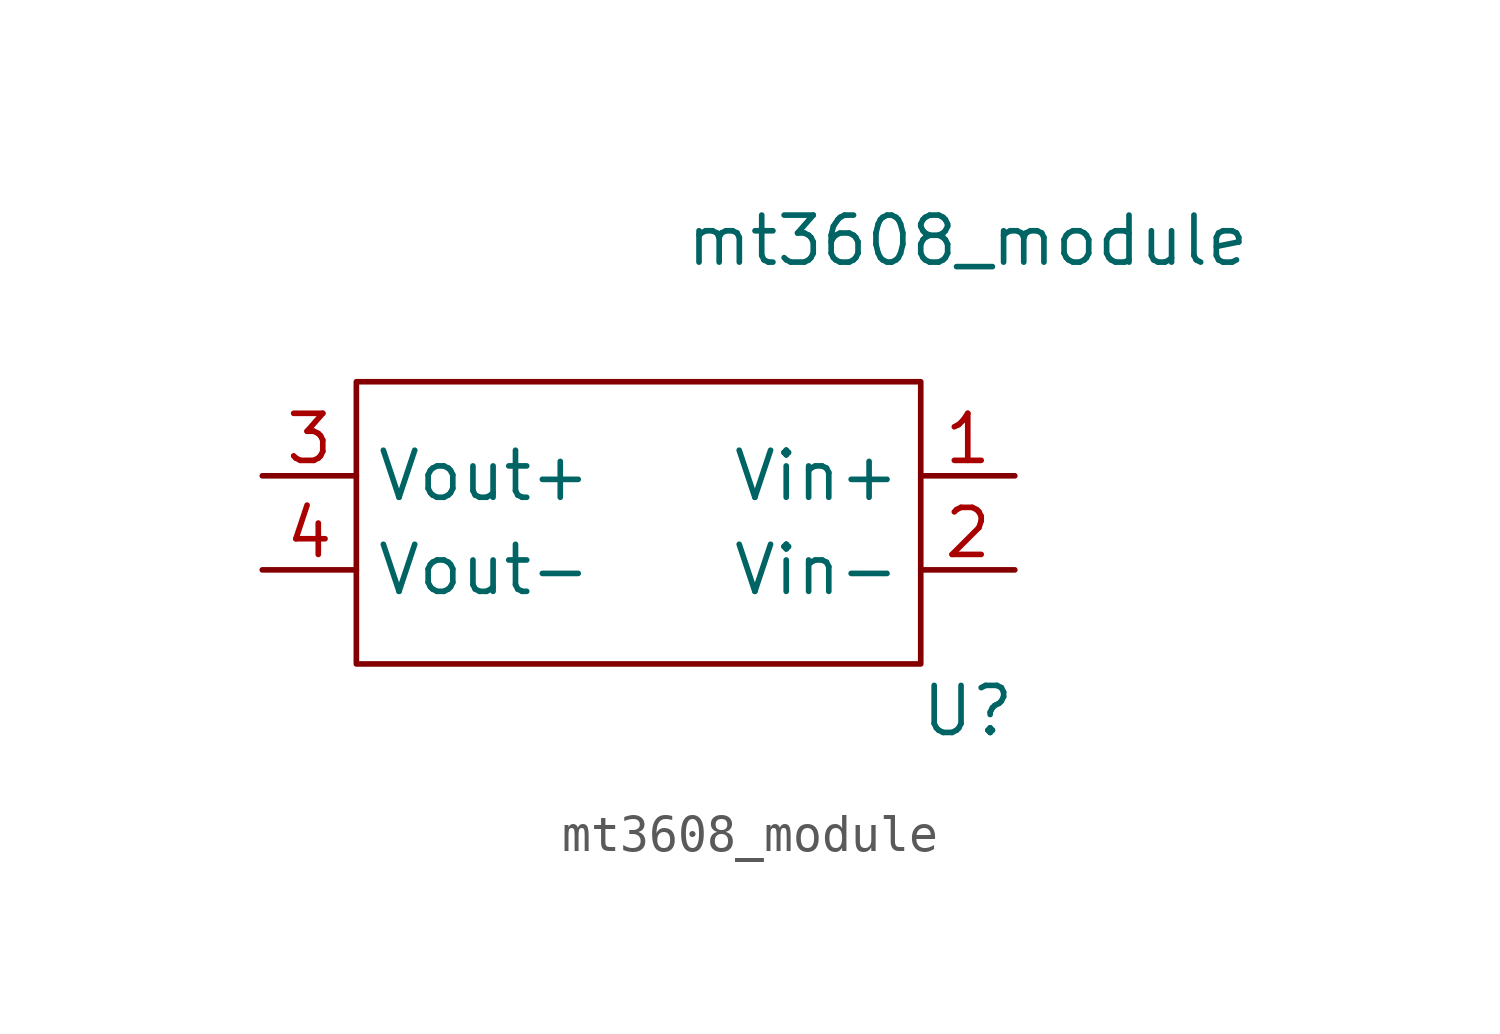
<source format=kicad_sym>
(kicad_symbol_lib
  (version 20211014)
  (generator kicad_symbol_editor)
  (symbol "mt3608_module"
    (property "Reference" "U"
      (at 16.51 -1.27 0)
      (effects (font (size 1.27 1.27))))
    (property "Value" "mt3608_module"
      (at 16.51 11.43 0)
      (effects (font (size 1.27 1.27))))
    (symbol "mt3608_module_0_1"
      (rectangle (start 0 7.62) (end 15.24 0) (stroke (width 0) (type default) (color 0 0 0 0)) (fill (type none))))
    (symbol "mt3608_module_1_1"
      (pin input line (at 17.78 5.08 180) (length 2.54) (name "Vin+" (effects (font (size 1.27 1.27)))) (number "1" (effects (font (size 1.27 1.27)))))
      (pin input line (at 17.78 2.54 180) (length 2.54) (name "Vin-" (effects (font (size 1.27 1.27)))) (number "2" (effects (font (size 1.27 1.27)))))
      (pin output line (at -2.54 5.08 0) (length 2.54) (name "Vout+" (effects (font (size 1.27 1.27)))) (number "3" (effects (font (size 1.27 1.27)))))
      (pin output line (at -2.54 2.54 0) (length 2.54) (name "Vout-" (effects (font (size 1.27 1.27)))) (number "4" (effects (font (size 1.27 1.27))))))))
</source>
